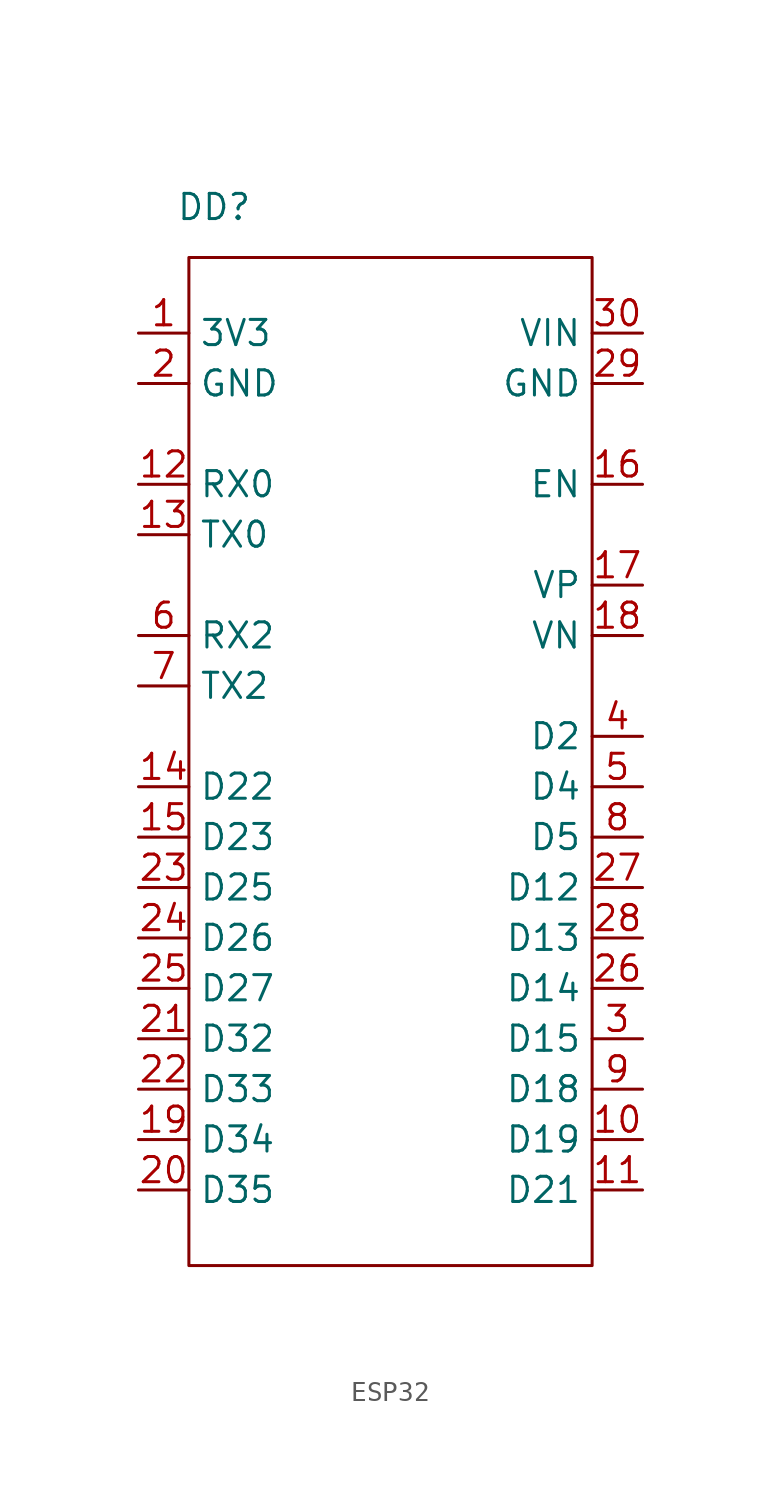
<source format=kicad_sym>
(kicad_symbol_lib
  (version 20220914)
  (generator kicad_symbol_editor)
  (symbol "ESP32"
    (property "Reference" "DD"
      (at -8.89 27.94 0)
      (effects (font (size 1.27 1.27))))
    (property "Value" ""
      (at 0 6.35 0)
      (effects (font (size 1.27 1.27))))
    (symbol "ESP32_0_1"
      (rectangle (start -10.16 25.4) (end 10.16 -25.4) (stroke (width 0) (type default)) (fill (type none))))
    (symbol "ESP32_1_1"
      (pin input line (at -12.7 21.59 0) (length 2.54) (name "3V3" (effects (font (size 1.27 1.27)))) (number "1" (effects (font (size 1.27 1.27)))))
      (pin input line (at 12.7 -19.05 180) (length 2.54) (name "D19" (effects (font (size 1.27 1.27)))) (number "10" (effects (font (size 1.27 1.27)))))
      (pin input line (at 12.7 -21.59 180) (length 2.54) (name "D21" (effects (font (size 1.27 1.27)))) (number "11" (effects (font (size 1.27 1.27)))))
      (pin input line (at -12.7 13.97 0) (length 2.54) (name "RX0" (effects (font (size 1.27 1.27)))) (number "12" (effects (font (size 1.27 1.27)))))
      (pin input line (at -12.7 11.43 0) (length 2.54) (name "TX0" (effects (font (size 1.27 1.27)))) (number "13" (effects (font (size 1.27 1.27)))))
      (pin input line (at -12.7 -1.27 0) (length 2.54) (name "D22" (effects (font (size 1.27 1.27)))) (number "14" (effects (font (size 1.27 1.27)))))
      (pin input line (at -12.7 -3.81 0) (length 2.54) (name "D23" (effects (font (size 1.27 1.27)))) (number "15" (effects (font (size 1.27 1.27)))))
      (pin input line (at 12.7 13.97 180) (length 2.54) (name "EN" (effects (font (size 1.27 1.27)))) (number "16" (effects (font (size 1.27 1.27)))))
      (pin input line (at 12.7 8.89 180) (length 2.54) (name "VP" (effects (font (size 1.27 1.27)))) (number "17" (effects (font (size 1.27 1.27)))))
      (pin input line (at 12.7 6.35 180) (length 2.54) (name "VN" (effects (font (size 1.27 1.27)))) (number "18" (effects (font (size 1.27 1.27)))))
      (pin input line (at -12.7 -19.05 0) (length 2.54) (name "D34" (effects (font (size 1.27 1.27)))) (number "19" (effects (font (size 1.27 1.27)))))
      (pin input line (at -12.7 19.05 0) (length 2.54) (name "GND" (effects (font (size 1.27 1.27)))) (number "2" (effects (font (size 1.27 1.27)))))
      (pin input line (at -12.7 -21.59 0) (length 2.54) (name "D35" (effects (font (size 1.27 1.27)))) (number "20" (effects (font (size 1.27 1.27)))))
      (pin input line (at -12.7 -13.97 0) (length 2.54) (name "D32" (effects (font (size 1.27 1.27)))) (number "21" (effects (font (size 1.27 1.27)))))
      (pin input line (at -12.7 -16.51 0) (length 2.54) (name "D33" (effects (font (size 1.27 1.27)))) (number "22" (effects (font (size 1.27 1.27)))))
      (pin input line (at -12.7 -6.35 0) (length 2.54) (name "D25" (effects (font (size 1.27 1.27)))) (number "23" (effects (font (size 1.27 1.27)))))
      (pin input line (at -12.7 -8.89 0) (length 2.54) (name "D26" (effects (font (size 1.27 1.27)))) (number "24" (effects (font (size 1.27 1.27)))))
      (pin input line (at -12.7 -11.43 0) (length 2.54) (name "D27" (effects (font (size 1.27 1.27)))) (number "25" (effects (font (size 1.27 1.27)))))
      (pin input line (at 12.7 -11.43 180) (length 2.54) (name "D14" (effects (font (size 1.27 1.27)))) (number "26" (effects (font (size 1.27 1.27)))))
      (pin input line (at 12.7 -6.35 180) (length 2.54) (name "D12" (effects (font (size 1.27 1.27)))) (number "27" (effects (font (size 1.27 1.27)))))
      (pin input line (at 12.7 -8.89 180) (length 2.54) (name "D13" (effects (font (size 1.27 1.27)))) (number "28" (effects (font (size 1.27 1.27)))))
      (pin input line (at 12.7 19.05 180) (length 2.54) (name "GND" (effects (font (size 1.27 1.27)))) (number "29" (effects (font (size 1.27 1.27)))))
      (pin input line (at 12.7 -13.97 180) (length 2.54) (name "D15" (effects (font (size 1.27 1.27)))) (number "3" (effects (font (size 1.27 1.27)))))
      (pin input line (at 12.7 21.59 180) (length 2.54) (name "VIN" (effects (font (size 1.27 1.27)))) (number "30" (effects (font (size 1.27 1.27)))))
      (pin input line (at 12.7 1.27 180) (length 2.54) (name "D2" (effects (font (size 1.27 1.27)))) (number "4" (effects (font (size 1.27 1.27)))))
      (pin input line (at 12.7 -1.27 180) (length 2.54) (name "D4" (effects (font (size 1.27 1.27)))) (number "5" (effects (font (size 1.27 1.27)))))
      (pin input line (at -12.7 6.35 0) (length 2.54) (name "RX2" (effects (font (size 1.27 1.27)))) (number "6" (effects (font (size 1.27 1.27)))))
      (pin input line (at -12.7 3.81 0) (length 2.54) (name "TX2" (effects (font (size 1.27 1.27)))) (number "7" (effects (font (size 1.27 1.27)))))
      (pin input line (at 12.7 -3.81 180) (length 2.54) (name "D5" (effects (font (size 1.27 1.27)))) (number "8" (effects (font (size 1.27 1.27)))))
      (pin input line (at 12.7 -16.51 180) (length 2.54) (name "D18" (effects (font (size 1.27 1.27)))) (number "9" (effects (font (size 1.27 1.27))))))))
</source>
